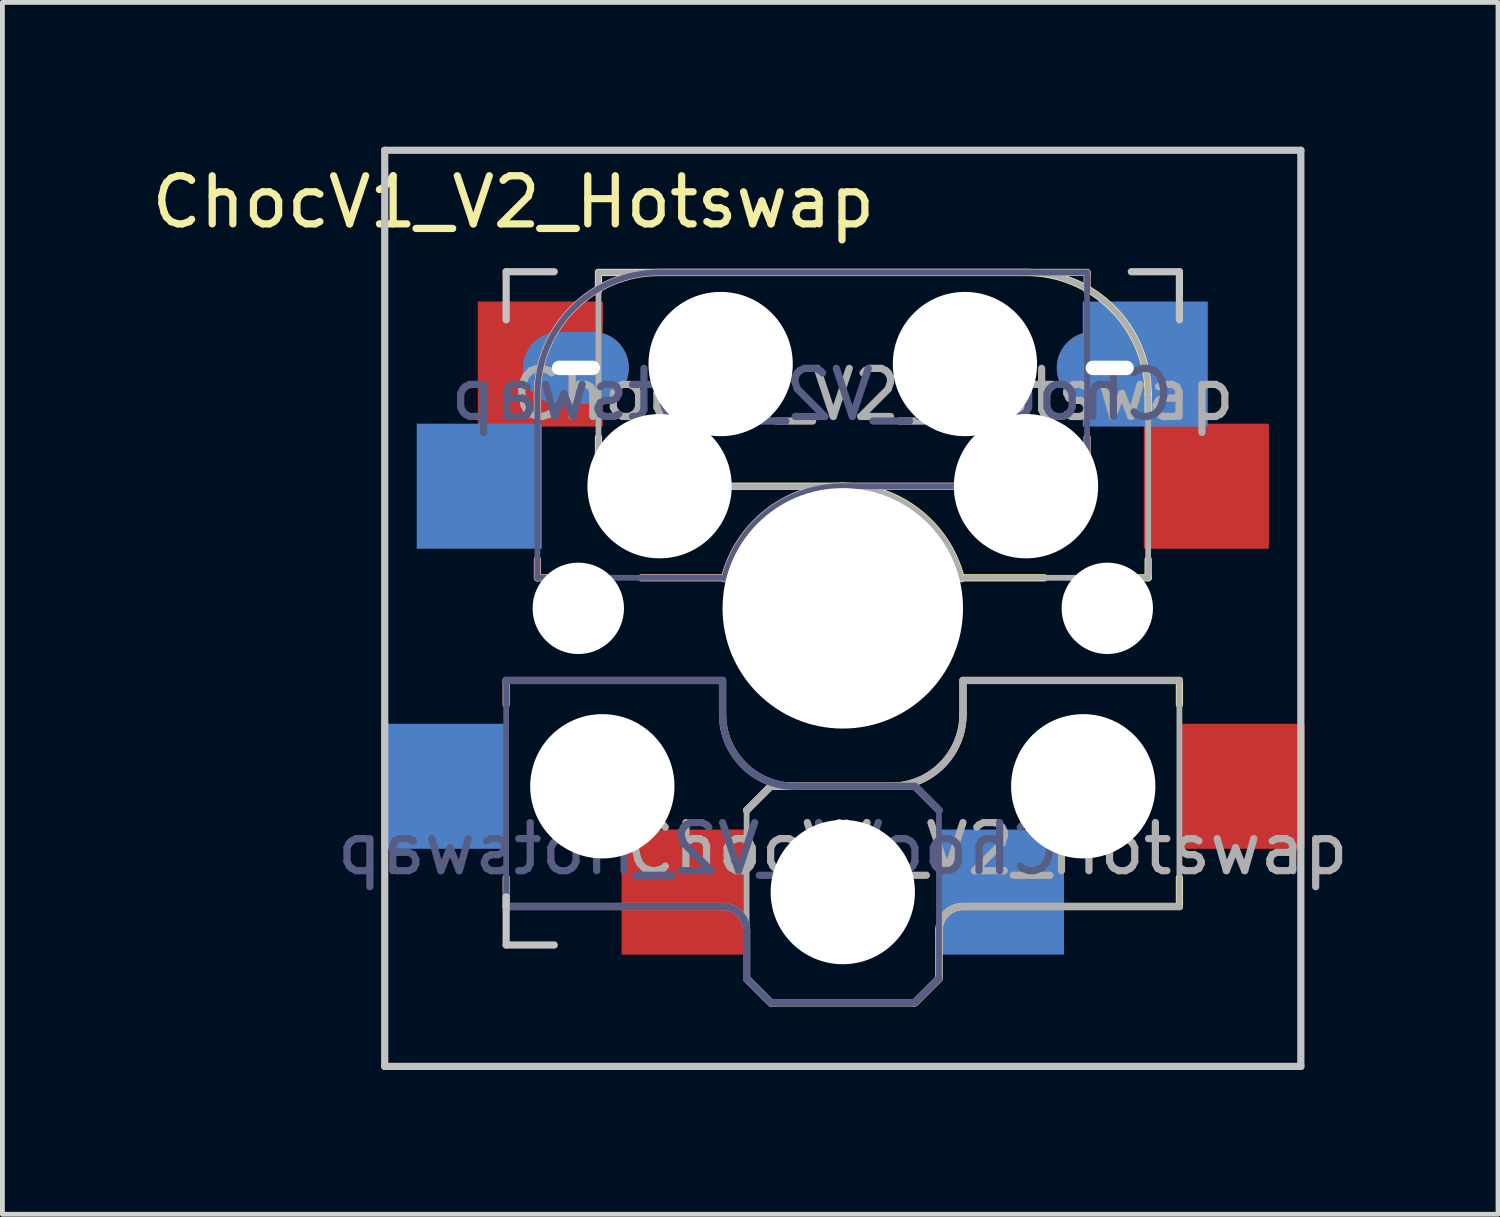
<source format=kicad_pcb>
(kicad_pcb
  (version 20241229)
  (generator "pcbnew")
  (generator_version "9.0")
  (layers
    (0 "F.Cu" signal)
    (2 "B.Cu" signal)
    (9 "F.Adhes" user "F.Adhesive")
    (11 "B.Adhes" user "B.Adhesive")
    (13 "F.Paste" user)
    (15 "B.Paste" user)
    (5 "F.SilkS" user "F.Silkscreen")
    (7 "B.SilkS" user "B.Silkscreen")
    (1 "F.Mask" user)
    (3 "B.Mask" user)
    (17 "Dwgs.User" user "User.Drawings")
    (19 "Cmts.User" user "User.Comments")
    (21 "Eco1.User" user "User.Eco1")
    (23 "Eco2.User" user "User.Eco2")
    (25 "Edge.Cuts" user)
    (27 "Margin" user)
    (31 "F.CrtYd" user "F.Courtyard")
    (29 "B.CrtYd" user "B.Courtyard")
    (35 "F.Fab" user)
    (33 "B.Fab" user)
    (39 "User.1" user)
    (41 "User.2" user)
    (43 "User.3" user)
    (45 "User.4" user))
  (footprint "ChocV1_V2_Hotswap"
    (layer "F.Cu")
    (at 14.475 9.6)
    (property "Reference" "ChocV1_V2_Hotswap" (at -6.85 -8.45 0) (layer "F.SilkS") (effects (font (size 1 1) (thickness 0.15))))
    (attr through_hole)
    (fp_line (start -5.08 -6.985) (end -5.08 -6.604) (stroke (width 0.15) (type solid)) (layer "F.SilkS"))
    (fp_line (start -5.08 -3.556) (end -5.08 -2.54) (stroke (width 0.15) (type solid)) (layer "F.SilkS"))
    (fp_line (start -5.08 -2.54) (end 0 -2.54) (stroke (width 0.15) (type solid)) (layer "F.SilkS"))
    (fp_line (start -2 4.2) (end -1.5 3.7) (stroke (width 0.15) (type solid)) (layer "F.SilkS"))
    (fp_line (start -2 7.7) (end -1.5 8.2) (stroke (width 0.15) (type solid)) (layer "F.SilkS"))
    (fp_line (start -1.5 3.7) (end 1 3.7) (stroke (width 0.15) (type solid)) (layer "F.SilkS"))
    (fp_line (start -1.5 8.2) (end 1.5 8.2) (stroke (width 0.15) (type solid)) (layer "F.SilkS"))
    (fp_line (start 1.5 8.2) (end 2 7.7) (stroke (width 0.15) (type solid)) (layer "F.SilkS"))
    (fp_line (start 2 6.7) (end 2 7.7) (stroke (width 0.15) (type solid)) (layer "F.SilkS"))
    (fp_line (start 2.464 -0.635) (end 4.191 -0.635) (stroke (width 0.15) (type solid)) (layer "F.SilkS"))
    (fp_line (start 2.5 1.5) (end 7 1.5) (stroke (width 0.15) (type solid)) (layer "F.SilkS"))
    (fp_line (start 2.5 2.2) (end 2.5 1.5) (stroke (width 0.15) (type solid)) (layer "F.SilkS"))
    (fp_line (start 3.81 -6.985) (end -5.08 -6.985) (stroke (width 0.15) (type solid)) (layer "F.SilkS"))
    (fp_line (start 5.969 -0.635) (end 6.35 -0.635) (stroke (width 0.15) (type solid)) (layer "F.SilkS"))
    (fp_line (start 6.35 -4.445) (end 6.35 -4.064) (stroke (width 0.15) (type solid)) (layer "F.SilkS"))
    (fp_line (start 6.35 -1.016) (end 6.35 -0.635) (stroke (width 0.15) (type solid)) (layer "F.SilkS"))
    (fp_line (start 7 1.5) (end 7 2) (stroke (width 0.15) (type solid)) (layer "F.SilkS"))
    (fp_line (start 7 5.6) (end 7 6.2) (stroke (width 0.15) (type solid)) (layer "F.SilkS"))
    (fp_line (start 7 6.2) (end 2.5 6.2) (stroke (width 0.15) (type solid)) (layer "F.SilkS"))
    (fp_arc (start 0 -2.54) (mid 1.563147 -2.002042) (end 2.464162 -0.61604) (stroke (width 0.15) (type solid)) (layer "F.SilkS"))
    (fp_arc (start 2 6.7) (mid 2.146447 6.346447) (end 2.5 6.2) (stroke (width 0.15) (type solid)) (layer "F.SilkS"))
    (fp_arc (start 2.5 2.2) (mid 2.06066 3.26066) (end 1 3.7) (stroke (width 0.15) (type solid)) (layer "F.SilkS"))
    (fp_arc (start 3.81 -6.985) (mid 5.606051 -6.241051) (end 6.35 -4.445) (stroke (width 0.15) (type solid)) (layer "F.SilkS"))
    (fp_line (start -7 1.5) (end -7 2) (stroke (width 0.15) (type solid)) (layer "B.SilkS"))
    (fp_line (start -7 5.6) (end -7 6.2) (stroke (width 0.15) (type solid)) (layer "B.SilkS"))
    (fp_line (start -7 6.2) (end -2.5 6.2) (stroke (width 0.15) (type solid)) (layer "B.SilkS"))
    (fp_line (start -6.35 -4.445) (end -6.35 -4.064) (stroke (width 0.15) (type solid)) (layer "B.SilkS"))
    (fp_line (start -6.35 -1.016) (end -6.35 -0.635) (stroke (width 0.15) (type solid)) (layer "B.SilkS"))
    (fp_line (start -5.969 -0.635) (end -6.35 -0.635) (stroke (width 0.15) (type solid)) (layer "B.SilkS"))
    (fp_line (start -3.81 -6.985) (end 5.08 -6.985) (stroke (width 0.15) (type solid)) (layer "B.SilkS"))
    (fp_line (start -2.5 1.5) (end -7 1.5) (stroke (width 0.15) (type solid)) (layer "B.SilkS"))
    (fp_line (start -2.5 2.2) (end -2.5 1.5) (stroke (width 0.15) (type solid)) (layer "B.SilkS"))
    (fp_line (start -2.464 -0.635) (end -4.191 -0.635) (stroke (width 0.15) (type solid)) (layer "B.SilkS"))
    (fp_line (start -2 6.7) (end -2 7.7) (stroke (width 0.15) (type solid)) (layer "B.SilkS"))
    (fp_line (start -1.5 8.2) (end -2 7.7) (stroke (width 0.15) (type solid)) (layer "B.SilkS"))
    (fp_line (start 1.5 3.7) (end -1 3.7) (stroke (width 0.15) (type solid)) (layer "B.SilkS"))
    (fp_line (start 1.5 8.2) (end -1.5 8.2) (stroke (width 0.15) (type solid)) (layer "B.SilkS"))
    (fp_line (start 2 4.2) (end 1.5 3.7) (stroke (width 0.15) (type solid)) (layer "B.SilkS"))
    (fp_line (start 2 7.7) (end 1.5 8.2) (stroke (width 0.15) (type solid)) (layer "B.SilkS"))
    (fp_line (start 5.08 -6.985) (end 5.08 -6.604) (stroke (width 0.15) (type solid)) (layer "B.SilkS"))
    (fp_line (start 5.08 -3.556) (end 5.08 -2.54) (stroke (width 0.15) (type solid)) (layer "B.SilkS"))
    (fp_line (start 5.08 -2.54) (end 0 -2.54) (stroke (width 0.15) (type solid)) (layer "B.SilkS"))
    (fp_arc (start -6.35 -4.445) (mid -5.606051 -6.241051) (end -3.81 -6.985) (stroke (width 0.15) (type solid)) (layer "B.SilkS"))
    (fp_arc (start -2.5 6.2) (mid -2.146447 6.346447) (end -2 6.7) (stroke (width 0.15) (type solid)) (layer "B.SilkS"))
    (fp_arc (start -2.464162 -0.61604) (mid -1.563147 -2.002042) (end 0 -2.54) (stroke (width 0.15) (type solid)) (layer "B.SilkS"))
    (fp_arc (start -1 3.7) (mid -2.06066 3.26066) (end -2.5 2.2) (stroke (width 0.15) (type solid)) (layer "B.SilkS"))
    (fp_line (start -9.525 -9.525) (end 9.525 -9.525) (stroke (width 0.15) (type solid)) (layer "Dwgs.User"))
    (fp_line (start -9.525 9.525) (end -9.525 -9.525) (stroke (width 0.15) (type solid)) (layer "Dwgs.User"))
    (fp_line (start -7 -7) (end -6 -7) (stroke (width 0.15) (type solid)) (layer "Dwgs.User"))
    (fp_line (start -7 -6) (end -7 -7) (stroke (width 0.15) (type solid)) (layer "Dwgs.User"))
    (fp_line (start -7 7) (end -7 6) (stroke (width 0.15) (type solid)) (layer "Dwgs.User"))
    (fp_line (start -6 7) (end -7 7) (stroke (width 0.15) (type solid)) (layer "Dwgs.User"))
    (fp_line (start 7 -7) (end 6 -7) (stroke (width 0.15) (type solid)) (layer "Dwgs.User"))
    (fp_line (start 7 -6) (end 7 -7) (stroke (width 0.15) (type solid)) (layer "Dwgs.User"))
    (fp_line (start 9.525 -9.525) (end 9.525 9.525) (stroke (width 0.15) (type solid)) (layer "Dwgs.User"))
    (fp_line (start 9.525 9.525) (end -9.525 9.525) (stroke (width 0.15) (type solid)) (layer "Dwgs.User"))
    (fp_line (start -7 1.5) (end -7 6.2) (stroke (width 0.12) (type solid)) (layer "B.Fab"))
    (fp_line (start -7 6.2) (end -2.5 6.2) (stroke (width 0.15) (type solid)) (layer "B.Fab"))
    (fp_line (start -6.35 -0.635) (end -6.35 -4.445) (stroke (width 0.12) (type solid)) (layer "B.Fab"))
    (fp_line (start -6.35 -0.635) (end -2.54 -0.635) (stroke (width 0.12) (type solid)) (layer "B.Fab"))
    (fp_line (start -3.81 -6.985) (end 5.08 -6.985) (stroke (width 0.12) (type solid)) (layer "B.Fab"))
    (fp_line (start -2.5 1.5) (end -7 1.5) (stroke (width 0.15) (type solid)) (layer "B.Fab"))
    (fp_line (start -2.5 2.2) (end -2.5 1.5) (stroke (width 0.15) (type solid)) (layer "B.Fab"))
    (fp_line (start -2 6.7) (end -2 7.7) (stroke (width 0.15) (type solid)) (layer "B.Fab"))
    (fp_line (start -1.5 8.2) (end -2 7.7) (stroke (width 0.15) (type solid)) (layer "B.Fab"))
    (fp_line (start 1.5 3.7) (end -1 3.7) (stroke (width 0.15) (type solid)) (layer "B.Fab"))
    (fp_line (start 1.5 8.2) (end -1.5 8.2) (stroke (width 0.15) (type solid)) (layer "B.Fab"))
    (fp_line (start 2 4.2) (end 1.5 3.7) (stroke (width 0.15) (type solid)) (layer "B.Fab"))
    (fp_line (start 2 4.25) (end 2 7.7) (stroke (width 0.12) (type solid)) (layer "B.Fab"))
    (fp_line (start 2 7.7) (end 1.5 8.2) (stroke (width 0.15) (type solid)) (layer "B.Fab"))
    (fp_line (start 5.08 -6.985) (end 5.08 -2.54) (stroke (width 0.12) (type solid)) (layer "B.Fab"))
    (fp_line (start 5.08 -2.54) (end 0 -2.54) (stroke (width 0.12) (type solid)) (layer "B.Fab"))
    (fp_arc (start -6.35 -4.445) (mid -5.606051 -6.241051) (end -3.81 -6.985) (stroke (width 0.12) (type solid)) (layer "B.Fab"))
    (fp_arc (start -2.5 6.2) (mid -2.146447 6.346447) (end -2 6.7) (stroke (width 0.15) (type solid)) (layer "B.Fab"))
    (fp_arc (start -2.464162 -0.61604) (mid -1.563147 -2.002042) (end 0 -2.54) (stroke (width 0.12) (type solid)) (layer "B.Fab"))
    (fp_arc (start -1 3.7) (mid -2.06066 3.26066) (end -2.5 2.2) (stroke (width 0.15) (type solid)) (layer "B.Fab"))
    (fp_line (start -5.08 -6.985) (end -5.08 -2.54) (stroke (width 0.12) (type solid)) (layer "F.Fab"))
    (fp_line (start -5.08 -2.54) (end 0 -2.54) (stroke (width 0.12) (type solid)) (layer "F.Fab"))
    (fp_line (start -2 4.2) (end -1.5 3.7) (stroke (width 0.15) (type solid)) (layer "F.Fab"))
    (fp_line (start -2 4.25) (end -2 7.7) (stroke (width 0.12) (type solid)) (layer "F.Fab"))
    (fp_line (start -2 7.7) (end -1.5 8.2) (stroke (width 0.15) (type solid)) (layer "F.Fab"))
    (fp_line (start -1.5 3.7) (end 1 3.7) (stroke (width 0.15) (type solid)) (layer "F.Fab"))
    (fp_line (start -1.5 8.2) (end 1.5 8.2) (stroke (width 0.15) (type solid)) (layer "F.Fab"))
    (fp_line (start 1.5 8.2) (end 2 7.7) (stroke (width 0.15) (type solid)) (layer "F.Fab"))
    (fp_line (start 2 6.7) (end 2 7.7) (stroke (width 0.15) (type solid)) (layer "F.Fab"))
    (fp_line (start 2.5 1.5) (end 7 1.5) (stroke (width 0.15) (type solid)) (layer "F.Fab"))
    (fp_line (start 2.5 2.2) (end 2.5 1.5) (stroke (width 0.15) (type solid)) (layer "F.Fab"))
    (fp_line (start 3.81 -6.985) (end -5.08 -6.985) (stroke (width 0.12) (type solid)) (layer "F.Fab"))
    (fp_line (start 6.35 -0.635) (end 2.54 -0.635) (stroke (width 0.12) (type solid)) (layer "F.Fab"))
    (fp_line (start 6.35 -0.635) (end 6.35 -4.445) (stroke (width 0.12) (type solid)) (layer "F.Fab"))
    (fp_line (start 7 1.5) (end 7 6.2) (stroke (width 0.12) (type solid)) (layer "F.Fab"))
    (fp_line (start 7 6.2) (end 2.5 6.2) (stroke (width 0.15) (type solid)) (layer "F.Fab"))
    (fp_arc (start 0 -2.54) (mid 1.563147 -2.002042) (end 2.464162 -0.61604) (stroke (width 0.12) (type solid)) (layer "F.Fab"))
    (fp_arc (start 2 6.7) (mid 2.146447 6.346447) (end 2.5 6.2) (stroke (width 0.15) (type solid)) (layer "F.Fab"))
    (fp_arc (start 2.5 2.2) (mid 2.06066 3.26066) (end 1 3.7) (stroke (width 0.15) (type solid)) (layer "F.Fab"))
    (fp_arc (start 3.81 -6.985) (mid 5.606051 -6.241051) (end 6.35 -4.445) (stroke (width 0.12) (type solid)) (layer "F.Fab"))
    (fp_text user "${REFERENCE}" (at -0.635 -4.445 0) (layer "B.Fab") (effects (font (size 1 1) (thickness 0.15)) (justify mirror)))
    (fp_text user "${REFERENCE}" (at -3 5 0) (layer "B.Fab") (effects (font (size 1 1) (thickness 0.15)) (justify mirror)))
    (fp_text user "${REFERENCE}" (at 3 5 180) (layer "F.Fab") (effects (font (size 1 1) (thickness 0.15))))
    (fp_text user "${REFERENCE}" (at 0.635 -4.445 180) (layer "F.Fab") (effects (font (size 1 1) (thickness 0.15))))
    (pad "" thru_hole oval (at -5.55 -5 180) (size 2.2 1.5) (drill oval 1 0.3) (layers "*.Cu" "*.Mask"))
    (pad "" np_thru_hole circle (at -5.5 0 90) (size 1.9 1.9) (drill 1.9) (layers "*.Cu"))
    (pad "" np_thru_hole circle (at -5 3.7 90) (size 3 3) (drill 3) (layers "*.Cu" "*.Mask"))
    (pad "" np_thru_hole circle (at -3.81 -2.54 90) (size 3 3) (drill 3) (layers "*.Cu" "*.Mask"))
    (pad "" np_thru_hole circle (at -2.54 -5.08 90) (size 3 3) (drill 3) (layers "*.Cu" "*.Mask"))
    (pad "" np_thru_hole circle (at 0 0 90) (size 5 5) (drill 5) (layers "*.Cu"))
    (pad "" np_thru_hole circle (at 0 5.9 90) (size 3 3) (drill 3) (layers "*.Cu" "*.Mask"))
    (pad "" np_thru_hole circle (at 2.54 -5.08 90) (size 3 3) (drill 3) (layers "*.Cu" "*.Mask"))
    (pad "" np_thru_hole circle (at 3.81 -2.54 90) (size 3 3) (drill 3) (layers "*.Cu" "*.Mask"))
    (pad "" np_thru_hole circle (at 5 3.7 90) (size 3 3) (drill 3) (layers "*.Cu" "*.Mask"))
    (pad "" np_thru_hole circle (at 5.5 0 90) (size 1.9 1.9) (drill 1.9) (layers "*.Cu"))
    (pad "" thru_hole oval (at 5.55 -5 180) (size 2.2 1.5) (drill oval 1 0.3) (layers "*.Cu" "*.Mask"))
    (pad "1" smd rect (at -8.3 3.7 180) (size 2.6 2.6) (layers "B.Cu" "B.Mask"))
    (pad "1" smd rect (at -7.56 -2.54 180) (size 2.6 2.6) (layers "B.Cu" "B.Mask"))
    (pad "1" smd rect (at 7.56 -2.54 180) (size 2.6 2.6) (layers "F.Cu" "F.Mask"))
    (pad "1" smd rect (at 8.3 3.7 270) (size 2.6 2.6) (layers "F.Cu" "F.Mask"))
    (pad "2" smd rect (at -6.29 -5.08 180) (size 2.6 2.6) (layers "F.Cu" "F.Mask"))
    (pad "2" smd rect (at -3.3 5.9 180) (size 2.6 2.6) (layers "F.Cu" "F.Mask"))
    (pad "2" smd rect (at 3.3 5.9 180) (size 2.6 2.6) (layers "B.Cu" "B.Mask"))
    (pad "2" smd rect (at 6.29 -5.08 180) (size 2.6 2.6) (layers "B.Cu" "B.Mask")))
  (gr_rect
    (start -3 -3)
    (end 28.1 22.2)
    (stroke (width 0.1) (type default))
    (fill no)
    (layer "Edge.Cuts")))
</source>
